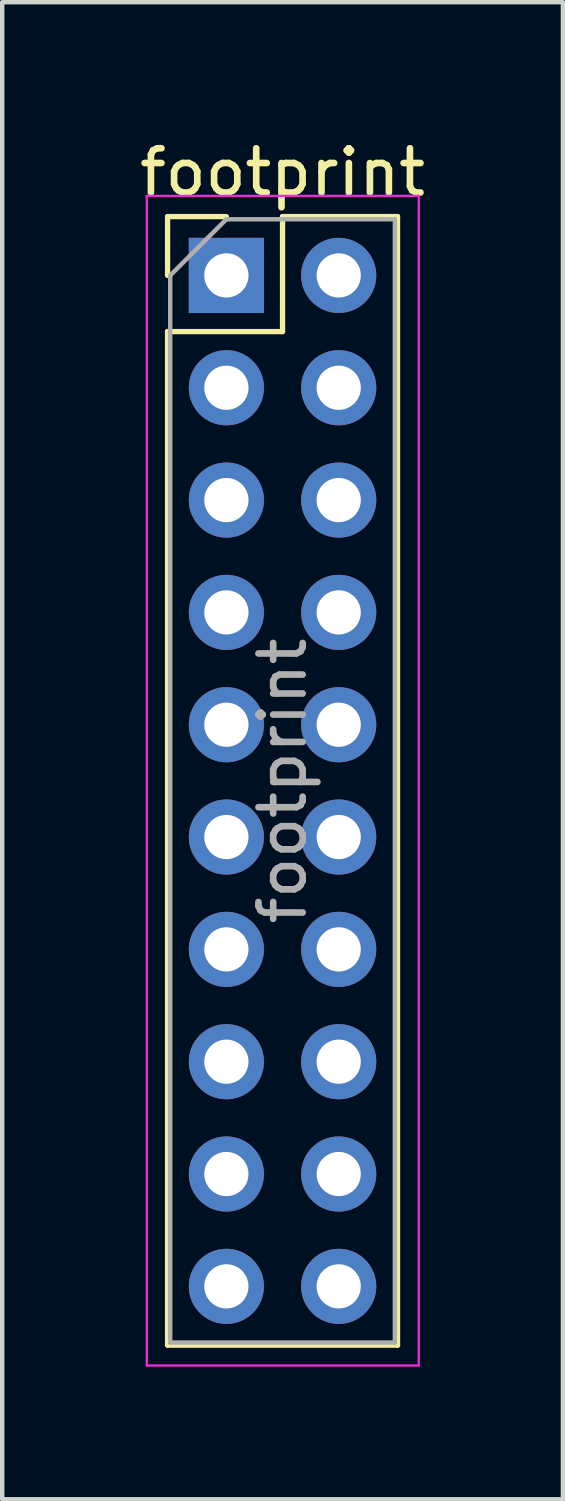
<source format=kicad_pcb>
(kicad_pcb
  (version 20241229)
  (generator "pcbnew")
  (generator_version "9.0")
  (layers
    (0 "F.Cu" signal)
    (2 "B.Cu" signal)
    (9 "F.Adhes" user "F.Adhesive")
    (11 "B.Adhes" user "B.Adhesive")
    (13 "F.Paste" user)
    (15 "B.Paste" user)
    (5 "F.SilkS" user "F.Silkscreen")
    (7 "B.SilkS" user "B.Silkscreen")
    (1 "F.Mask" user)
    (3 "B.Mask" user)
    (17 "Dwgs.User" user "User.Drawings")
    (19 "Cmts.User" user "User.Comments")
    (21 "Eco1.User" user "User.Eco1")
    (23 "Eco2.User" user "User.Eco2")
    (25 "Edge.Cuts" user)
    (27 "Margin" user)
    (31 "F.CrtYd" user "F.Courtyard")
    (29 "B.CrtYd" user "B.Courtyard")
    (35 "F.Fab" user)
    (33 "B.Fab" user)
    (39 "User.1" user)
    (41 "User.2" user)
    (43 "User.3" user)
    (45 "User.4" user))
  (footprint "footprint"
    (layer "F.Cu")
    (at 2.069 3.178)
    (property "Reference" "footprint" (at 1.27 -2.33 0) (layer "F.SilkS") (effects (font (size 1 1) (thickness 0.15))))
    (attr through_hole)
    (fp_line (start -1.33 -1.33) (end 0 -1.33) (stroke (width 0.12) (type solid)) (layer "F.SilkS"))
    (fp_line (start -1.33 0) (end -1.33 -1.33) (stroke (width 0.12) (type solid)) (layer "F.SilkS"))
    (fp_line (start -1.33 1.27) (end -1.33 24.19) (stroke (width 0.12) (type solid)) (layer "F.SilkS"))
    (fp_line (start -1.33 1.27) (end 1.27 1.27) (stroke (width 0.12) (type solid)) (layer "F.SilkS"))
    (fp_line (start -1.33 24.19) (end 3.87 24.19) (stroke (width 0.12) (type solid)) (layer "F.SilkS"))
    (fp_line (start 1.27 -1.33) (end 3.87 -1.33) (stroke (width 0.12) (type solid)) (layer "F.SilkS"))
    (fp_line (start 1.27 1.27) (end 1.27 -1.33) (stroke (width 0.12) (type solid)) (layer "F.SilkS"))
    (fp_line (start 3.87 -1.33) (end 3.87 24.19) (stroke (width 0.12) (type solid)) (layer "F.SilkS"))
    (fp_line (start -1.8 -1.8) (end -1.8 24.65) (stroke (width 0.05) (type solid)) (layer "F.CrtYd"))
    (fp_line (start -1.8 24.65) (end 4.35 24.65) (stroke (width 0.05) (type solid)) (layer "F.CrtYd"))
    (fp_line (start 4.35 -1.8) (end -1.8 -1.8) (stroke (width 0.05) (type solid)) (layer "F.CrtYd"))
    (fp_line (start 4.35 24.65) (end 4.35 -1.8) (stroke (width 0.05) (type solid)) (layer "F.CrtYd"))
    (fp_line (start -1.27 0) (end 0 -1.27) (stroke (width 0.1) (type solid)) (layer "F.Fab"))
    (fp_line (start -1.27 24.13) (end -1.27 0) (stroke (width 0.1) (type solid)) (layer "F.Fab"))
    (fp_line (start 0 -1.27) (end 3.81 -1.27) (stroke (width 0.1) (type solid)) (layer "F.Fab"))
    (fp_line (start 3.81 -1.27) (end 3.81 24.13) (stroke (width 0.1) (type solid)) (layer "F.Fab"))
    (fp_line (start 3.81 24.13) (end -1.27 24.13) (stroke (width 0.1) (type solid)) (layer "F.Fab"))
    (fp_text user "${REFERENCE}" (at 1.27 11.43 90) (layer "F.Fab") (effects (font (size 1 1) (thickness 0.15))))
    (pad "1" thru_hole rect (at 0 0) (size 1.7 1.7) (drill 1) (layers "*.Cu" "*.Mask"))
    (pad "2" thru_hole oval (at 2.54 0) (size 1.7 1.7) (drill 1) (layers "*.Cu" "*.Mask"))
    (pad "3" thru_hole oval (at 0 2.54) (size 1.7 1.7) (drill 1) (layers "*.Cu" "*.Mask"))
    (pad "4" thru_hole oval (at 2.54 2.54) (size 1.7 1.7) (drill 1) (layers "*.Cu" "*.Mask"))
    (pad "5" thru_hole oval (at 0 5.08) (size 1.7 1.7) (drill 1) (layers "*.Cu" "*.Mask"))
    (pad "6" thru_hole oval (at 2.54 5.08) (size 1.7 1.7) (drill 1) (layers "*.Cu" "*.Mask"))
    (pad "7" thru_hole oval (at 0 7.62) (size 1.7 1.7) (drill 1) (layers "*.Cu" "*.Mask"))
    (pad "8" thru_hole oval (at 2.54 7.62) (size 1.7 1.7) (drill 1) (layers "*.Cu" "*.Mask"))
    (pad "9" thru_hole oval (at 0 10.16) (size 1.7 1.7) (drill 1) (layers "*.Cu" "*.Mask"))
    (pad "10" thru_hole oval (at 2.54 10.16) (size 1.7 1.7) (drill 1) (layers "*.Cu" "*.Mask"))
    (pad "11" thru_hole oval (at 0 12.7) (size 1.7 1.7) (drill 1) (layers "*.Cu" "*.Mask"))
    (pad "12" thru_hole oval (at 2.54 12.7) (size 1.7 1.7) (drill 1) (layers "*.Cu" "*.Mask"))
    (pad "13" thru_hole oval (at 0 15.24) (size 1.7 1.7) (drill 1) (layers "*.Cu" "*.Mask"))
    (pad "14" thru_hole oval (at 2.54 15.24) (size 1.7 1.7) (drill 1) (layers "*.Cu" "*.Mask"))
    (pad "15" thru_hole oval (at 0 17.78) (size 1.7 1.7) (drill 1) (layers "*.Cu" "*.Mask"))
    (pad "16" thru_hole oval (at 2.54 17.78) (size 1.7 1.7) (drill 1) (layers "*.Cu" "*.Mask"))
    (pad "17" thru_hole oval (at 0 20.32) (size 1.7 1.7) (drill 1) (layers "*.Cu" "*.Mask"))
    (pad "18" thru_hole oval (at 2.54 20.32) (size 1.7 1.7) (drill 1) (layers "*.Cu" "*.Mask"))
    (pad "19" thru_hole oval (at 0 22.86) (size 1.7 1.7) (drill 1) (layers "*.Cu" "*.Mask"))
    (pad "20" thru_hole oval (at 2.54 22.86) (size 1.7 1.7) (drill 1) (layers "*.Cu" "*.Mask")))
  (gr_rect
    (start -3 -3)
    (end 9.679 30.853)
    (stroke (width 0.1) (type default))
    (fill no)
    (layer "Edge.Cuts")))
</source>
